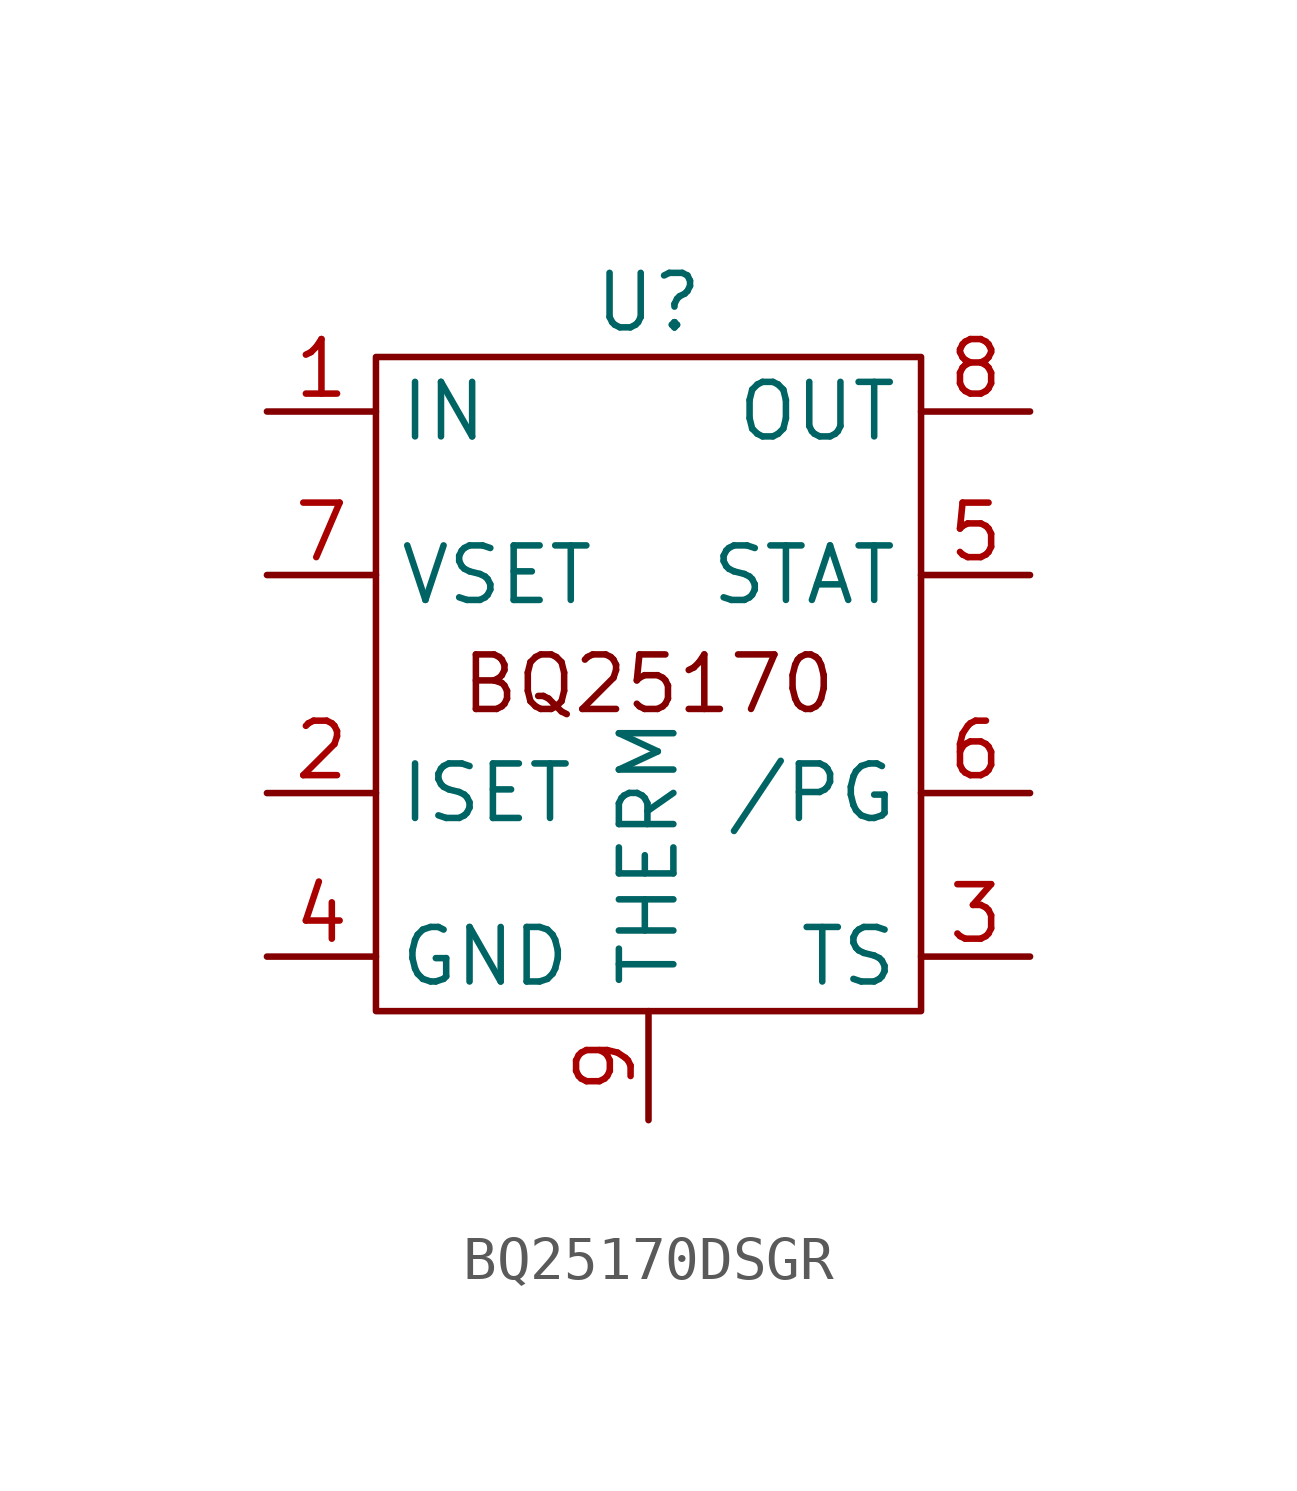
<source format=kicad_sym>
(kicad_symbol_lib
  (version 20220914)
  (generator kicad_symbol_editor)
  (symbol "BQ25170DSGR"
    (property "Reference" "U"
      (at 0 8.89 0)
      (effects (font (size 1.27 1.27))))
    (property "Value" ""
      (at 0 0 0)
      (effects (font (size 1.27 1.27))))
    (symbol "BQ25170DSGR_0_1"
      (rectangle (start -6.35 7.62) (end 6.35 -7.62) (stroke (width 0) (type default)) (fill (type none))))
    (symbol "BQ25170DSGR_1_1"
      (text "BQ25170" (at 0 0 0) (effects (font (size 1.27 1.27))))
      (pin power_in line (at -8.89 6.35 0) (length 2.54) (name "IN" (effects (font (size 1.27 1.27)))) (number "1" (effects (font (size 1.27 1.27)))))
      (pin input line (at -8.89 -2.54 0) (length 2.54) (name "ISET" (effects (font (size 1.27 1.27)))) (number "2" (effects (font (size 1.27 1.27)))))
      (pin input line (at 8.89 -6.35 180) (length 2.54) (name "TS" (effects (font (size 1.27 1.27)))) (number "3" (effects (font (size 1.27 1.27)))))
      (pin power_in line (at -8.89 -6.35 0) (length 2.54) (name "GND" (effects (font (size 1.27 1.27)))) (number "4" (effects (font (size 1.27 1.27)))))
      (pin output line (at 8.89 2.54 180) (length 2.54) (name "STAT" (effects (font (size 1.27 1.27)))) (number "5" (effects (font (size 1.27 1.27)))))
      (pin output line (at 8.89 -2.54 180) (length 2.54) (name "/PG" (effects (font (size 1.27 1.27)))) (number "6" (effects (font (size 1.27 1.27)))))
      (pin input line (at -8.89 2.54 0) (length 2.54) (name "VSET" (effects (font (size 1.27 1.27)))) (number "7" (effects (font (size 1.27 1.27)))))
      (pin power_out line (at 8.89 6.35 180) (length 2.54) (name "OUT" (effects (font (size 1.27 1.27)))) (number "8" (effects (font (size 1.27 1.27)))))
      (pin passive line (at 0 -10.16 90) (length 2.54) (name "THERM" (effects (font (size 1.27 1.27)))) (number "9" (effects (font (size 1.27 1.27))))))))
</source>
